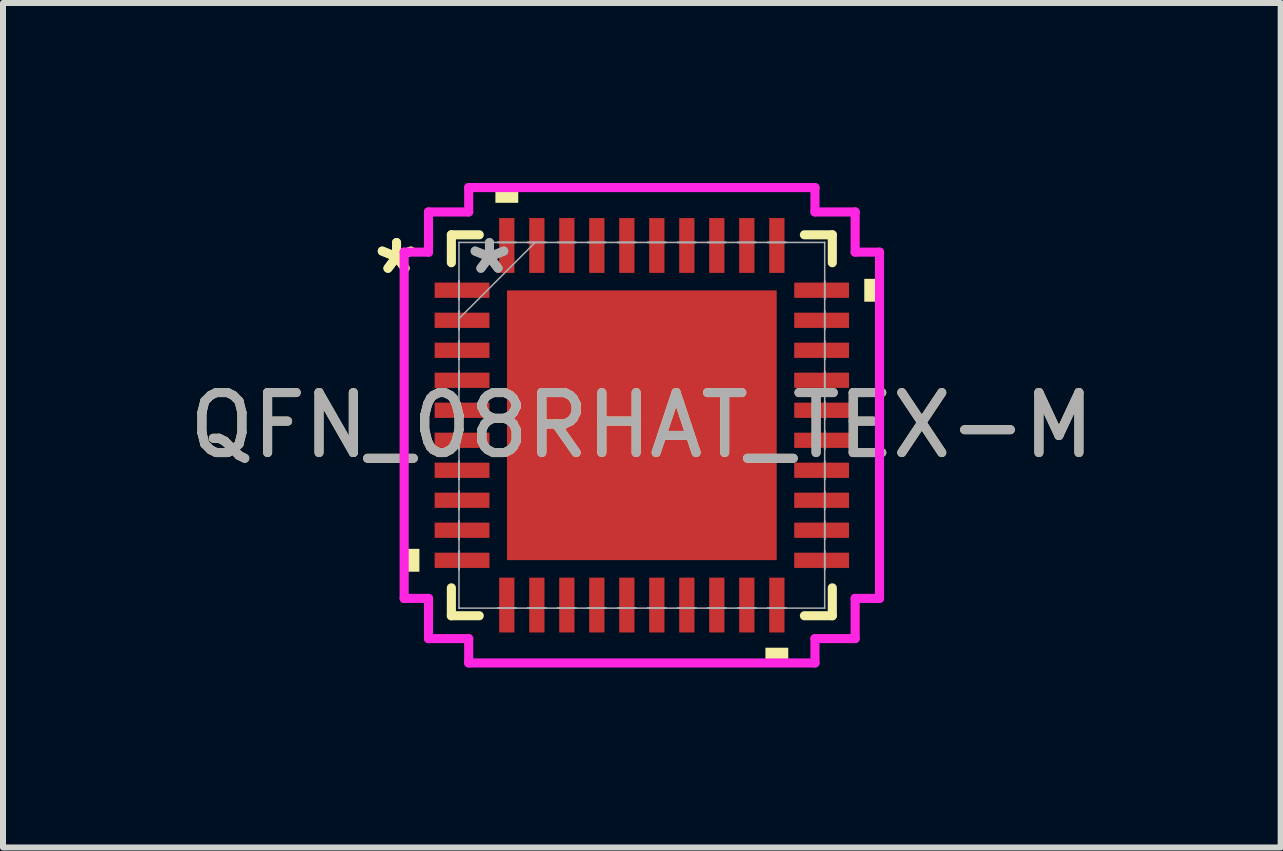
<source format=kicad_pcb>
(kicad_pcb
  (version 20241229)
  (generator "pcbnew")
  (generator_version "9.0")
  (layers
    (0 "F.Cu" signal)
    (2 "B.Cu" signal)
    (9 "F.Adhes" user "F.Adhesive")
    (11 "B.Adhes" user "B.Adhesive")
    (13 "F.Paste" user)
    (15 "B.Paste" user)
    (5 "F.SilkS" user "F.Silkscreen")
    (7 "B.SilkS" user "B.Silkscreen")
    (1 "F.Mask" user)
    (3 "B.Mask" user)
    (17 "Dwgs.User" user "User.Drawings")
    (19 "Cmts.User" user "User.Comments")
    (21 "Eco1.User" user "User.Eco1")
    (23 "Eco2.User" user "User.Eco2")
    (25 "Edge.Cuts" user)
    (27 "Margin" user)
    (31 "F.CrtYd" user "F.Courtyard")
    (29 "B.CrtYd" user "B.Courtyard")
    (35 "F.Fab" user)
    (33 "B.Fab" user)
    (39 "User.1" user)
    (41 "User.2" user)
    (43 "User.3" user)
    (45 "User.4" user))
  (footprint "QFN_08RHAT_TEX-M"
    (layer "F.Cu")
    (at 7.649 4.039)
    (property "Reference" "QFN_08RHAT_TEX-M" (at 0 0 0) (unlocked yes) (layer "F.SilkS") (effects (font (size 1 1) (thickness 0.15))))
    (attr smd)
    (fp_line (start -3.175 -3.175) (end -3.175 -2.71) (stroke (width 0.152) (type solid)) (layer "F.SilkS"))
    (fp_line (start -3.175 2.71) (end -3.175 3.175) (stroke (width 0.152) (type solid)) (layer "F.SilkS"))
    (fp_line (start -3.175 3.175) (end -2.71 3.175) (stroke (width 0.152) (type solid)) (layer "F.SilkS"))
    (fp_line (start -2.71 -3.175) (end -3.175 -3.175) (stroke (width 0.152) (type solid)) (layer "F.SilkS"))
    (fp_line (start 2.71 3.175) (end 3.175 3.175) (stroke (width 0.152) (type solid)) (layer "F.SilkS"))
    (fp_line (start 3.175 -3.175) (end 2.71 -3.175) (stroke (width 0.152) (type solid)) (layer "F.SilkS"))
    (fp_line (start 3.175 -2.71) (end 3.175 -3.175) (stroke (width 0.152) (type solid)) (layer "F.SilkS"))
    (fp_line (start 3.175 3.175) (end 3.175 2.71) (stroke (width 0.152) (type solid)) (layer "F.SilkS"))
    (fp_poly (pts (xy -3.962 2.06) (xy -3.962 2.441) (xy -3.708 2.441) (xy -3.708 2.06)) (stroke (width 0) (type solid)) (fill yes) (layer "F.SilkS"))
    (fp_poly (pts (xy -2.441 -3.708) (xy -2.441 -3.962) (xy -2.06 -3.962) (xy -2.06 -3.708)) (stroke (width 0) (type solid)) (fill yes) (layer "F.SilkS"))
    (fp_poly (pts (xy 2.06 3.708) (xy 2.06 3.962) (xy 2.441 3.962) (xy 2.441 3.708)) (stroke (width 0) (type solid)) (fill yes) (layer "F.SilkS"))
    (fp_poly (pts (xy 3.962 -2.441) (xy 3.962 -2.06) (xy 3.708 -2.06) (xy 3.708 -2.441)) (stroke (width 0) (type solid)) (fill yes) (layer "F.SilkS"))
    (fp_poly (pts (xy -2.148 -2.148) (xy -2.148 -0.849) (xy -0.849 -0.849) (xy -0.849 -2.148)) (stroke (width 0) (type solid)) (fill yes) (layer "F.Paste"))
    (fp_poly (pts (xy -2.148 -0.649) (xy -2.148 0.649) (xy -0.849 0.649) (xy -0.849 -0.649)) (stroke (width 0) (type solid)) (fill yes) (layer "F.Paste"))
    (fp_poly (pts (xy -2.148 0.849) (xy -2.148 2.148) (xy -0.849 2.148) (xy -0.849 0.849)) (stroke (width 0) (type solid)) (fill yes) (layer "F.Paste"))
    (fp_poly (pts (xy -0.649 -2.148) (xy -0.649 -0.849) (xy 0.649 -0.849) (xy 0.649 -2.148)) (stroke (width 0) (type solid)) (fill yes) (layer "F.Paste"))
    (fp_poly (pts (xy -0.649 -0.649) (xy -0.649 0.649) (xy 0.649 0.649) (xy 0.649 -0.649)) (stroke (width 0) (type solid)) (fill yes) (layer "F.Paste"))
    (fp_poly (pts (xy -0.649 0.849) (xy -0.649 2.148) (xy 0.649 2.148) (xy 0.649 0.849)) (stroke (width 0) (type solid)) (fill yes) (layer "F.Paste"))
    (fp_poly (pts (xy 0.849 -2.148) (xy 0.849 -0.849) (xy 2.148 -0.849) (xy 2.148 -2.148)) (stroke (width 0) (type solid)) (fill yes) (layer "F.Paste"))
    (fp_poly (pts (xy 0.849 -0.649) (xy 0.849 0.649) (xy 2.148 0.649) (xy 2.148 -0.649)) (stroke (width 0) (type solid)) (fill yes) (layer "F.Paste"))
    (fp_poly (pts (xy 0.849 0.849) (xy 0.849 2.148) (xy 2.148 2.148) (xy 2.148 0.849)) (stroke (width 0) (type solid)) (fill yes) (layer "F.Paste"))
    (fp_line (start -3.962 -2.886) (end -3.556 -2.886) (stroke (width 0.152) (type solid)) (layer "F.CrtYd"))
    (fp_line (start -3.962 2.886) (end -3.962 -2.886) (stroke (width 0.152) (type solid)) (layer "F.CrtYd"))
    (fp_line (start -3.556 -3.556) (end -2.886 -3.556) (stroke (width 0.152) (type solid)) (layer "F.CrtYd"))
    (fp_line (start -3.556 -2.886) (end -3.556 -3.556) (stroke (width 0.152) (type solid)) (layer "F.CrtYd"))
    (fp_line (start -3.556 2.886) (end -3.962 2.886) (stroke (width 0.152) (type solid)) (layer "F.CrtYd"))
    (fp_line (start -3.556 3.556) (end -3.556 2.886) (stroke (width 0.152) (type solid)) (layer "F.CrtYd"))
    (fp_line (start -2.886 -3.962) (end 2.886 -3.962) (stroke (width 0.152) (type solid)) (layer "F.CrtYd"))
    (fp_line (start -2.886 -3.556) (end -2.886 -3.962) (stroke (width 0.152) (type solid)) (layer "F.CrtYd"))
    (fp_line (start -2.886 3.556) (end -3.556 3.556) (stroke (width 0.152) (type solid)) (layer "F.CrtYd"))
    (fp_line (start -2.886 3.962) (end -2.886 3.556) (stroke (width 0.152) (type solid)) (layer "F.CrtYd"))
    (fp_line (start 2.886 -3.962) (end 2.886 -3.556) (stroke (width 0.152) (type solid)) (layer "F.CrtYd"))
    (fp_line (start 2.886 -3.556) (end 3.556 -3.556) (stroke (width 0.152) (type solid)) (layer "F.CrtYd"))
    (fp_line (start 2.886 3.556) (end 2.886 3.962) (stroke (width 0.152) (type solid)) (layer "F.CrtYd"))
    (fp_line (start 2.886 3.962) (end -2.886 3.962) (stroke (width 0.152) (type solid)) (layer "F.CrtYd"))
    (fp_line (start 3.556 -3.556) (end 3.556 -2.886) (stroke (width 0.152) (type solid)) (layer "F.CrtYd"))
    (fp_line (start 3.556 -2.886) (end 3.962 -2.886) (stroke (width 0.152) (type solid)) (layer "F.CrtYd"))
    (fp_line (start 3.556 2.886) (end 3.556 3.556) (stroke (width 0.152) (type solid)) (layer "F.CrtYd"))
    (fp_line (start 3.556 3.556) (end 2.886 3.556) (stroke (width 0.152) (type solid)) (layer "F.CrtYd"))
    (fp_line (start 3.962 -2.886) (end 3.962 2.886) (stroke (width 0.152) (type solid)) (layer "F.CrtYd"))
    (fp_line (start 3.962 2.886) (end 3.556 2.886) (stroke (width 0.152) (type solid)) (layer "F.CrtYd"))
    (fp_line (start -3.048 -3.048) (end -3.048 -3.048) (stroke (width 0.025) (type solid)) (layer "F.Fab"))
    (fp_line (start -3.048 -3.048) (end -3.048 3.048) (stroke (width 0.025) (type solid)) (layer "F.Fab"))
    (fp_line (start -3.048 -2.403) (end -3.048 -2.403) (stroke (width 0.025) (type solid)) (layer "F.Fab"))
    (fp_line (start -3.048 -2.403) (end -3.048 -2.098) (stroke (width 0.025) (type solid)) (layer "F.Fab"))
    (fp_line (start -3.048 -2.098) (end -3.048 -2.403) (stroke (width 0.025) (type solid)) (layer "F.Fab"))
    (fp_line (start -3.048 -2.098) (end -3.048 -2.098) (stroke (width 0.025) (type solid)) (layer "F.Fab"))
    (fp_line (start -3.048 -1.903) (end -3.048 -1.903) (stroke (width 0.025) (type solid)) (layer "F.Fab"))
    (fp_line (start -3.048 -1.903) (end -3.048 -1.598) (stroke (width 0.025) (type solid)) (layer "F.Fab"))
    (fp_line (start -3.048 -1.778) (end -1.778 -3.048) (stroke (width 0.025) (type solid)) (layer "F.Fab"))
    (fp_line (start -3.048 -1.598) (end -3.048 -1.903) (stroke (width 0.025) (type solid)) (layer "F.Fab"))
    (fp_line (start -3.048 -1.598) (end -3.048 -1.598) (stroke (width 0.025) (type solid)) (layer "F.Fab"))
    (fp_line (start -3.048 -1.403) (end -3.048 -1.403) (stroke (width 0.025) (type solid)) (layer "F.Fab"))
    (fp_line (start -3.048 -1.403) (end -3.048 -1.098) (stroke (width 0.025) (type solid)) (layer "F.Fab"))
    (fp_line (start -3.048 -1.098) (end -3.048 -1.403) (stroke (width 0.025) (type solid)) (layer "F.Fab"))
    (fp_line (start -3.048 -1.098) (end -3.048 -1.098) (stroke (width 0.025) (type solid)) (layer "F.Fab"))
    (fp_line (start -3.048 -0.903) (end -3.048 -0.903) (stroke (width 0.025) (type solid)) (layer "F.Fab"))
    (fp_line (start -3.048 -0.903) (end -3.048 -0.598) (stroke (width 0.025) (type solid)) (layer "F.Fab"))
    (fp_line (start -3.048 -0.598) (end -3.048 -0.903) (stroke (width 0.025) (type solid)) (layer "F.Fab"))
    (fp_line (start -3.048 -0.598) (end -3.048 -0.598) (stroke (width 0.025) (type solid)) (layer "F.Fab"))
    (fp_line (start -3.048 -0.402) (end -3.048 -0.402) (stroke (width 0.025) (type solid)) (layer "F.Fab"))
    (fp_line (start -3.048 -0.402) (end -3.048 -0.098) (stroke (width 0.025) (type solid)) (layer "F.Fab"))
    (fp_line (start -3.048 -0.098) (end -3.048 -0.402) (stroke (width 0.025) (type solid)) (layer "F.Fab"))
    (fp_line (start -3.048 -0.098) (end -3.048 -0.098) (stroke (width 0.025) (type solid)) (layer "F.Fab"))
    (fp_line (start -3.048 0.098) (end -3.048 0.098) (stroke (width 0.025) (type solid)) (layer "F.Fab"))
    (fp_line (start -3.048 0.098) (end -3.048 0.402) (stroke (width 0.025) (type solid)) (layer "F.Fab"))
    (fp_line (start -3.048 0.402) (end -3.048 0.098) (stroke (width 0.025) (type solid)) (layer "F.Fab"))
    (fp_line (start -3.048 0.402) (end -3.048 0.402) (stroke (width 0.025) (type solid)) (layer "F.Fab"))
    (fp_line (start -3.048 0.598) (end -3.048 0.598) (stroke (width 0.025) (type solid)) (layer "F.Fab"))
    (fp_line (start -3.048 0.598) (end -3.048 0.903) (stroke (width 0.025) (type solid)) (layer "F.Fab"))
    (fp_line (start -3.048 0.903) (end -3.048 0.598) (stroke (width 0.025) (type solid)) (layer "F.Fab"))
    (fp_line (start -3.048 0.903) (end -3.048 0.903) (stroke (width 0.025) (type solid)) (layer "F.Fab"))
    (fp_line (start -3.048 1.098) (end -3.048 1.098) (stroke (width 0.025) (type solid)) (layer "F.Fab"))
    (fp_line (start -3.048 1.098) (end -3.048 1.403) (stroke (width 0.025) (type solid)) (layer "F.Fab"))
    (fp_line (start -3.048 1.403) (end -3.048 1.098) (stroke (width 0.025) (type solid)) (layer "F.Fab"))
    (fp_line (start -3.048 1.403) (end -3.048 1.403) (stroke (width 0.025) (type solid)) (layer "F.Fab"))
    (fp_line (start -3.048 1.598) (end -3.048 1.598) (stroke (width 0.025) (type solid)) (layer "F.Fab"))
    (fp_line (start -3.048 1.598) (end -3.048 1.903) (stroke (width 0.025) (type solid)) (layer "F.Fab"))
    (fp_line (start -3.048 1.903) (end -3.048 1.598) (stroke (width 0.025) (type solid)) (layer "F.Fab"))
    (fp_line (start -3.048 1.903) (end -3.048 1.903) (stroke (width 0.025) (type solid)) (layer "F.Fab"))
    (fp_line (start -3.048 2.098) (end -3.048 2.098) (stroke (width 0.025) (type solid)) (layer "F.Fab"))
    (fp_line (start -3.048 2.098) (end -3.048 2.403) (stroke (width 0.025) (type solid)) (layer "F.Fab"))
    (fp_line (start -3.048 2.403) (end -3.048 2.098) (stroke (width 0.025) (type solid)) (layer "F.Fab"))
    (fp_line (start -3.048 2.403) (end -3.048 2.403) (stroke (width 0.025) (type solid)) (layer "F.Fab"))
    (fp_line (start -3.048 3.048) (end -3.048 3.048) (stroke (width 0.025) (type solid)) (layer "F.Fab"))
    (fp_line (start -3.048 3.048) (end 3.048 3.048) (stroke (width 0.025) (type solid)) (layer "F.Fab"))
    (fp_line (start -2.403 -3.048) (end -2.403 -3.048) (stroke (width 0.025) (type solid)) (layer "F.Fab"))
    (fp_line (start -2.403 -3.048) (end -2.098 -3.048) (stroke (width 0.025) (type solid)) (layer "F.Fab"))
    (fp_line (start -2.403 3.048) (end -2.403 3.048) (stroke (width 0.025) (type solid)) (layer "F.Fab"))
    (fp_line (start -2.403 3.048) (end -2.098 3.048) (stroke (width 0.025) (type solid)) (layer "F.Fab"))
    (fp_line (start -2.098 -3.048) (end -2.403 -3.048) (stroke (width 0.025) (type solid)) (layer "F.Fab"))
    (fp_line (start -2.098 -3.048) (end -2.098 -3.048) (stroke (width 0.025) (type solid)) (layer "F.Fab"))
    (fp_line (start -2.098 3.048) (end -2.403 3.048) (stroke (width 0.025) (type solid)) (layer "F.Fab"))
    (fp_line (start -2.098 3.048) (end -2.098 3.048) (stroke (width 0.025) (type solid)) (layer "F.Fab"))
    (fp_line (start -1.903 -3.048) (end -1.903 -3.048) (stroke (width 0.025) (type solid)) (layer "F.Fab"))
    (fp_line (start -1.903 -3.048) (end -1.598 -3.048) (stroke (width 0.025) (type solid)) (layer "F.Fab"))
    (fp_line (start -1.903 3.048) (end -1.903 3.048) (stroke (width 0.025) (type solid)) (layer "F.Fab"))
    (fp_line (start -1.903 3.048) (end -1.598 3.048) (stroke (width 0.025) (type solid)) (layer "F.Fab"))
    (fp_line (start -1.598 -3.048) (end -1.903 -3.048) (stroke (width 0.025) (type solid)) (layer "F.Fab"))
    (fp_line (start -1.598 -3.048) (end -1.598 -3.048) (stroke (width 0.025) (type solid)) (layer "F.Fab"))
    (fp_line (start -1.598 3.048) (end -1.903 3.048) (stroke (width 0.025) (type solid)) (layer "F.Fab"))
    (fp_line (start -1.598 3.048) (end -1.598 3.048) (stroke (width 0.025) (type solid)) (layer "F.Fab"))
    (fp_line (start -1.403 -3.048) (end -1.403 -3.048) (stroke (width 0.025) (type solid)) (layer "F.Fab"))
    (fp_line (start -1.403 -3.048) (end -1.098 -3.048) (stroke (width 0.025) (type solid)) (layer "F.Fab"))
    (fp_line (start -1.403 3.048) (end -1.403 3.048) (stroke (width 0.025) (type solid)) (layer "F.Fab"))
    (fp_line (start -1.403 3.048) (end -1.098 3.048) (stroke (width 0.025) (type solid)) (layer "F.Fab"))
    (fp_line (start -1.098 -3.048) (end -1.403 -3.048) (stroke (width 0.025) (type solid)) (layer "F.Fab"))
    (fp_line (start -1.098 -3.048) (end -1.098 -3.048) (stroke (width 0.025) (type solid)) (layer "F.Fab"))
    (fp_line (start -1.098 3.048) (end -1.403 3.048) (stroke (width 0.025) (type solid)) (layer "F.Fab"))
    (fp_line (start -1.098 3.048) (end -1.098 3.048) (stroke (width 0.025) (type solid)) (layer "F.Fab"))
    (fp_line (start -0.903 -3.048) (end -0.903 -3.048) (stroke (width 0.025) (type solid)) (layer "F.Fab"))
    (fp_line (start -0.903 -3.048) (end -0.598 -3.048) (stroke (width 0.025) (type solid)) (layer "F.Fab"))
    (fp_line (start -0.903 3.048) (end -0.903 3.048) (stroke (width 0.025) (type solid)) (layer "F.Fab"))
    (fp_line (start -0.903 3.048) (end -0.598 3.048) (stroke (width 0.025) (type solid)) (layer "F.Fab"))
    (fp_line (start -0.598 -3.048) (end -0.903 -3.048) (stroke (width 0.025) (type solid)) (layer "F.Fab"))
    (fp_line (start -0.598 -3.048) (end -0.598 -3.048) (stroke (width 0.025) (type solid)) (layer "F.Fab"))
    (fp_line (start -0.598 3.048) (end -0.903 3.048) (stroke (width 0.025) (type solid)) (layer "F.Fab"))
    (fp_line (start -0.598 3.048) (end -0.598 3.048) (stroke (width 0.025) (type solid)) (layer "F.Fab"))
    (fp_line (start -0.402 -3.048) (end -0.402 -3.048) (stroke (width 0.025) (type solid)) (layer "F.Fab"))
    (fp_line (start -0.402 -3.048) (end -0.098 -3.048) (stroke (width 0.025) (type solid)) (layer "F.Fab"))
    (fp_line (start -0.402 3.048) (end -0.402 3.048) (stroke (width 0.025) (type solid)) (layer "F.Fab"))
    (fp_line (start -0.402 3.048) (end -0.098 3.048) (stroke (width 0.025) (type solid)) (layer "F.Fab"))
    (fp_line (start -0.098 -3.048) (end -0.402 -3.048) (stroke (width 0.025) (type solid)) (layer "F.Fab"))
    (fp_line (start -0.098 -3.048) (end -0.098 -3.048) (stroke (width 0.025) (type solid)) (layer "F.Fab"))
    (fp_line (start -0.098 3.048) (end -0.402 3.048) (stroke (width 0.025) (type solid)) (layer "F.Fab"))
    (fp_line (start -0.098 3.048) (end -0.098 3.048) (stroke (width 0.025) (type solid)) (layer "F.Fab"))
    (fp_line (start 0.098 -3.048) (end 0.098 -3.048) (stroke (width 0.025) (type solid)) (layer "F.Fab"))
    (fp_line (start 0.098 -3.048) (end 0.402 -3.048) (stroke (width 0.025) (type solid)) (layer "F.Fab"))
    (fp_line (start 0.098 3.048) (end 0.098 3.048) (stroke (width 0.025) (type solid)) (layer "F.Fab"))
    (fp_line (start 0.098 3.048) (end 0.402 3.048) (stroke (width 0.025) (type solid)) (layer "F.Fab"))
    (fp_line (start 0.402 -3.048) (end 0.098 -3.048) (stroke (width 0.025) (type solid)) (layer "F.Fab"))
    (fp_line (start 0.402 -3.048) (end 0.402 -3.048) (stroke (width 0.025) (type solid)) (layer "F.Fab"))
    (fp_line (start 0.402 3.048) (end 0.098 3.048) (stroke (width 0.025) (type solid)) (layer "F.Fab"))
    (fp_line (start 0.402 3.048) (end 0.402 3.048) (stroke (width 0.025) (type solid)) (layer "F.Fab"))
    (fp_line (start 0.598 -3.048) (end 0.598 -3.048) (stroke (width 0.025) (type solid)) (layer "F.Fab"))
    (fp_line (start 0.598 -3.048) (end 0.903 -3.048) (stroke (width 0.025) (type solid)) (layer "F.Fab"))
    (fp_line (start 0.598 3.048) (end 0.598 3.048) (stroke (width 0.025) (type solid)) (layer "F.Fab"))
    (fp_line (start 0.598 3.048) (end 0.903 3.048) (stroke (width 0.025) (type solid)) (layer "F.Fab"))
    (fp_line (start 0.903 -3.048) (end 0.598 -3.048) (stroke (width 0.025) (type solid)) (layer "F.Fab"))
    (fp_line (start 0.903 -3.048) (end 0.903 -3.048) (stroke (width 0.025) (type solid)) (layer "F.Fab"))
    (fp_line (start 0.903 3.048) (end 0.598 3.048) (stroke (width 0.025) (type solid)) (layer "F.Fab"))
    (fp_line (start 0.903 3.048) (end 0.903 3.048) (stroke (width 0.025) (type solid)) (layer "F.Fab"))
    (fp_line (start 1.098 -3.048) (end 1.098 -3.048) (stroke (width 0.025) (type solid)) (layer "F.Fab"))
    (fp_line (start 1.098 -3.048) (end 1.403 -3.048) (stroke (width 0.025) (type solid)) (layer "F.Fab"))
    (fp_line (start 1.098 3.048) (end 1.098 3.048) (stroke (width 0.025) (type solid)) (layer "F.Fab"))
    (fp_line (start 1.098 3.048) (end 1.403 3.048) (stroke (width 0.025) (type solid)) (layer "F.Fab"))
    (fp_line (start 1.403 -3.048) (end 1.098 -3.048) (stroke (width 0.025) (type solid)) (layer "F.Fab"))
    (fp_line (start 1.403 -3.048) (end 1.403 -3.048) (stroke (width 0.025) (type solid)) (layer "F.Fab"))
    (fp_line (start 1.403 3.048) (end 1.098 3.048) (stroke (width 0.025) (type solid)) (layer "F.Fab"))
    (fp_line (start 1.403 3.048) (end 1.403 3.048) (stroke (width 0.025) (type solid)) (layer "F.Fab"))
    (fp_line (start 1.598 -3.048) (end 1.598 -3.048) (stroke (width 0.025) (type solid)) (layer "F.Fab"))
    (fp_line (start 1.598 -3.048) (end 1.903 -3.048) (stroke (width 0.025) (type solid)) (layer "F.Fab"))
    (fp_line (start 1.598 3.048) (end 1.598 3.048) (stroke (width 0.025) (type solid)) (layer "F.Fab"))
    (fp_line (start 1.598 3.048) (end 1.903 3.048) (stroke (width 0.025) (type solid)) (layer "F.Fab"))
    (fp_line (start 1.903 -3.048) (end 1.598 -3.048) (stroke (width 0.025) (type solid)) (layer "F.Fab"))
    (fp_line (start 1.903 -3.048) (end 1.903 -3.048) (stroke (width 0.025) (type solid)) (layer "F.Fab"))
    (fp_line (start 1.903 3.048) (end 1.598 3.048) (stroke (width 0.025) (type solid)) (layer "F.Fab"))
    (fp_line (start 1.903 3.048) (end 1.903 3.048) (stroke (width 0.025) (type solid)) (layer "F.Fab"))
    (fp_line (start 2.098 -3.048) (end 2.098 -3.048) (stroke (width 0.025) (type solid)) (layer "F.Fab"))
    (fp_line (start 2.098 -3.048) (end 2.403 -3.048) (stroke (width 0.025) (type solid)) (layer "F.Fab"))
    (fp_line (start 2.098 3.048) (end 2.098 3.048) (stroke (width 0.025) (type solid)) (layer "F.Fab"))
    (fp_line (start 2.098 3.048) (end 2.403 3.048) (stroke (width 0.025) (type solid)) (layer "F.Fab"))
    (fp_line (start 2.403 -3.048) (end 2.098 -3.048) (stroke (width 0.025) (type solid)) (layer "F.Fab"))
    (fp_line (start 2.403 -3.048) (end 2.403 -3.048) (stroke (width 0.025) (type solid)) (layer "F.Fab"))
    (fp_line (start 2.403 3.048) (end 2.098 3.048) (stroke (width 0.025) (type solid)) (layer "F.Fab"))
    (fp_line (start 2.403 3.048) (end 2.403 3.048) (stroke (width 0.025) (type solid)) (layer "F.Fab"))
    (fp_line (start 3.048 -3.048) (end -3.048 -3.048) (stroke (width 0.025) (type solid)) (layer "F.Fab"))
    (fp_line (start 3.048 -3.048) (end 3.048 -3.048) (stroke (width 0.025) (type solid)) (layer "F.Fab"))
    (fp_line (start 3.048 -2.403) (end 3.048 -2.403) (stroke (width 0.025) (type solid)) (layer "F.Fab"))
    (fp_line (start 3.048 -2.403) (end 3.048 -2.098) (stroke (width 0.025) (type solid)) (layer "F.Fab"))
    (fp_line (start 3.048 -2.098) (end 3.048 -2.403) (stroke (width 0.025) (type solid)) (layer "F.Fab"))
    (fp_line (start 3.048 -2.098) (end 3.048 -2.098) (stroke (width 0.025) (type solid)) (layer "F.Fab"))
    (fp_line (start 3.048 -1.903) (end 3.048 -1.903) (stroke (width 0.025) (type solid)) (layer "F.Fab"))
    (fp_line (start 3.048 -1.903) (end 3.048 -1.598) (stroke (width 0.025) (type solid)) (layer "F.Fab"))
    (fp_line (start 3.048 -1.598) (end 3.048 -1.903) (stroke (width 0.025) (type solid)) (layer "F.Fab"))
    (fp_line (start 3.048 -1.598) (end 3.048 -1.598) (stroke (width 0.025) (type solid)) (layer "F.Fab"))
    (fp_line (start 3.048 -1.403) (end 3.048 -1.403) (stroke (width 0.025) (type solid)) (layer "F.Fab"))
    (fp_line (start 3.048 -1.403) (end 3.048 -1.098) (stroke (width 0.025) (type solid)) (layer "F.Fab"))
    (fp_line (start 3.048 -1.098) (end 3.048 -1.403) (stroke (width 0.025) (type solid)) (layer "F.Fab"))
    (fp_line (start 3.048 -1.098) (end 3.048 -1.098) (stroke (width 0.025) (type solid)) (layer "F.Fab"))
    (fp_line (start 3.048 -0.903) (end 3.048 -0.903) (stroke (width 0.025) (type solid)) (layer "F.Fab"))
    (fp_line (start 3.048 -0.903) (end 3.048 -0.598) (stroke (width 0.025) (type solid)) (layer "F.Fab"))
    (fp_line (start 3.048 -0.598) (end 3.048 -0.903) (stroke (width 0.025) (type solid)) (layer "F.Fab"))
    (fp_line (start 3.048 -0.598) (end 3.048 -0.598) (stroke (width 0.025) (type solid)) (layer "F.Fab"))
    (fp_line (start 3.048 -0.402) (end 3.048 -0.402) (stroke (width 0.025) (type solid)) (layer "F.Fab"))
    (fp_line (start 3.048 -0.402) (end 3.048 -0.098) (stroke (width 0.025) (type solid)) (layer "F.Fab"))
    (fp_line (start 3.048 -0.098) (end 3.048 -0.402) (stroke (width 0.025) (type solid)) (layer "F.Fab"))
    (fp_line (start 3.048 -0.098) (end 3.048 -0.098) (stroke (width 0.025) (type solid)) (layer "F.Fab"))
    (fp_line (start 3.048 0.098) (end 3.048 0.098) (stroke (width 0.025) (type solid)) (layer "F.Fab"))
    (fp_line (start 3.048 0.098) (end 3.048 0.402) (stroke (width 0.025) (type solid)) (layer "F.Fab"))
    (fp_line (start 3.048 0.402) (end 3.048 0.098) (stroke (width 0.025) (type solid)) (layer "F.Fab"))
    (fp_line (start 3.048 0.402) (end 3.048 0.402) (stroke (width 0.025) (type solid)) (layer "F.Fab"))
    (fp_line (start 3.048 0.598) (end 3.048 0.598) (stroke (width 0.025) (type solid)) (layer "F.Fab"))
    (fp_line (start 3.048 0.598) (end 3.048 0.903) (stroke (width 0.025) (type solid)) (layer "F.Fab"))
    (fp_line (start 3.048 0.903) (end 3.048 0.598) (stroke (width 0.025) (type solid)) (layer "F.Fab"))
    (fp_line (start 3.048 0.903) (end 3.048 0.903) (stroke (width 0.025) (type solid)) (layer "F.Fab"))
    (fp_line (start 3.048 1.098) (end 3.048 1.098) (stroke (width 0.025) (type solid)) (layer "F.Fab"))
    (fp_line (start 3.048 1.098) (end 3.048 1.403) (stroke (width 0.025) (type solid)) (layer "F.Fab"))
    (fp_line (start 3.048 1.403) (end 3.048 1.098) (stroke (width 0.025) (type solid)) (layer "F.Fab"))
    (fp_line (start 3.048 1.403) (end 3.048 1.403) (stroke (width 0.025) (type solid)) (layer "F.Fab"))
    (fp_line (start 3.048 1.598) (end 3.048 1.598) (stroke (width 0.025) (type solid)) (layer "F.Fab"))
    (fp_line (start 3.048 1.598) (end 3.048 1.903) (stroke (width 0.025) (type solid)) (layer "F.Fab"))
    (fp_line (start 3.048 1.903) (end 3.048 1.598) (stroke (width 0.025) (type solid)) (layer "F.Fab"))
    (fp_line (start 3.048 1.903) (end 3.048 1.903) (stroke (width 0.025) (type solid)) (layer "F.Fab"))
    (fp_line (start 3.048 2.098) (end 3.048 2.098) (stroke (width 0.025) (type solid)) (layer "F.Fab"))
    (fp_line (start 3.048 2.098) (end 3.048 2.403) (stroke (width 0.025) (type solid)) (layer "F.Fab"))
    (fp_line (start 3.048 2.403) (end 3.048 2.098) (stroke (width 0.025) (type solid)) (layer "F.Fab"))
    (fp_line (start 3.048 2.403) (end 3.048 2.403) (stroke (width 0.025) (type solid)) (layer "F.Fab"))
    (fp_line (start 3.048 3.048) (end 3.048 -3.048) (stroke (width 0.025) (type solid)) (layer "F.Fab"))
    (fp_line (start 3.048 3.048) (end 3.048 3.048) (stroke (width 0.025) (type solid)) (layer "F.Fab"))
    (fp_text user "*" (at -4.089 -2.501 0) (unlocked yes) (layer "F.SilkS") (effects (font (size 1 1) (thickness 0.15))))
    (fp_text user "*" (at -4.089 -2.501 0) (layer "F.SilkS") (effects (font (size 1 1) (thickness 0.15))))
    (fp_text user "${REFERENCE}" (at 0 0 0) (unlocked yes) (layer "F.Fab") (effects (font (size 1 1) (thickness 0.15))))
    (fp_text user "*" (at -2.54 -2.501 0) (unlocked yes) (layer "F.Fab") (effects (font (size 1 1) (thickness 0.15))))
    (fp_text user "*" (at -2.54 -2.501 0) (layer "F.Fab") (effects (font (size 1 1) (thickness 0.15))))
    (pad "1" smd rect (at -2.997 -2.251 90) (size 0.254 0.914) (layers "F.Cu" "F.Mask" "F.Paste"))
    (pad "2" smd rect (at -2.997 -1.75 90) (size 0.254 0.914) (layers "F.Cu" "F.Mask" "F.Paste"))
    (pad "3" smd rect (at -2.997 -1.25 90) (size 0.254 0.914) (layers "F.Cu" "F.Mask" "F.Paste"))
    (pad "4" smd rect (at -2.997 -0.75 90) (size 0.254 0.914) (layers "F.Cu" "F.Mask" "F.Paste"))
    (pad "5" smd rect (at -2.997 -0.25 90) (size 0.254 0.914) (layers "F.Cu" "F.Mask" "F.Paste"))
    (pad "6" smd rect (at -2.997 0.25 90) (size 0.254 0.914) (layers "F.Cu" "F.Mask" "F.Paste"))
    (pad "7" smd rect (at -2.997 0.75 90) (size 0.254 0.914) (layers "F.Cu" "F.Mask" "F.Paste"))
    (pad "8" smd rect (at -2.997 1.25 90) (size 0.254 0.914) (layers "F.Cu" "F.Mask" "F.Paste"))
    (pad "9" smd rect (at -2.997 1.75 90) (size 0.254 0.914) (layers "F.Cu" "F.Mask" "F.Paste"))
    (pad "10" smd rect (at -2.997 2.251 90) (size 0.254 0.914) (layers "F.Cu" "F.Mask" "F.Paste"))
    (pad "11" smd rect (at -2.251 2.997) (size 0.254 0.914) (layers "F.Cu" "F.Mask" "F.Paste"))
    (pad "12" smd rect (at -1.75 2.997) (size 0.254 0.914) (layers "F.Cu" "F.Mask" "F.Paste"))
    (pad "13" smd rect (at -1.25 2.997) (size 0.254 0.914) (layers "F.Cu" "F.Mask" "F.Paste"))
    (pad "14" smd rect (at -0.75 2.997) (size 0.254 0.914) (layers "F.Cu" "F.Mask" "F.Paste"))
    (pad "15" smd rect (at -0.25 2.997) (size 0.254 0.914) (layers "F.Cu" "F.Mask" "F.Paste"))
    (pad "16" smd rect (at 0.25 2.997) (size 0.254 0.914) (layers "F.Cu" "F.Mask" "F.Paste"))
    (pad "17" smd rect (at 0.75 2.997) (size 0.254 0.914) (layers "F.Cu" "F.Mask" "F.Paste"))
    (pad "18" smd rect (at 1.25 2.997) (size 0.254 0.914) (layers "F.Cu" "F.Mask" "F.Paste"))
    (pad "19" smd rect (at 1.75 2.997) (size 0.254 0.914) (layers "F.Cu" "F.Mask" "F.Paste"))
    (pad "20" smd rect (at 2.251 2.997) (size 0.254 0.914) (layers "F.Cu" "F.Mask" "F.Paste"))
    (pad "21" smd rect (at 2.997 2.251 90) (size 0.254 0.914) (layers "F.Cu" "F.Mask" "F.Paste"))
    (pad "22" smd rect (at 2.997 1.75 90) (size 0.254 0.914) (layers "F.Cu" "F.Mask" "F.Paste"))
    (pad "23" smd rect (at 2.997 1.25 90) (size 0.254 0.914) (layers "F.Cu" "F.Mask" "F.Paste"))
    (pad "24" smd rect (at 2.997 0.75 90) (size 0.254 0.914) (layers "F.Cu" "F.Mask" "F.Paste"))
    (pad "25" smd rect (at 2.997 0.25 90) (size 0.254 0.914) (layers "F.Cu" "F.Mask" "F.Paste"))
    (pad "26" smd rect (at 2.997 -0.25 90) (size 0.254 0.914) (layers "F.Cu" "F.Mask" "F.Paste"))
    (pad "27" smd rect (at 2.997 -0.75 90) (size 0.254 0.914) (layers "F.Cu" "F.Mask" "F.Paste"))
    (pad "28" smd rect (at 2.997 -1.25 90) (size 0.254 0.914) (layers "F.Cu" "F.Mask" "F.Paste"))
    (pad "29" smd rect (at 2.997 -1.75 90) (size 0.254 0.914) (layers "F.Cu" "F.Mask" "F.Paste"))
    (pad "30" smd rect (at 2.997 -2.251 90) (size 0.254 0.914) (layers "F.Cu" "F.Mask" "F.Paste"))
    (pad "31" smd rect (at 2.251 -2.997) (size 0.254 0.914) (layers "F.Cu" "F.Mask" "F.Paste"))
    (pad "32" smd rect (at 1.75 -2.997) (size 0.254 0.914) (layers "F.Cu" "F.Mask" "F.Paste"))
    (pad "33" smd rect (at 1.25 -2.997) (size 0.254 0.914) (layers "F.Cu" "F.Mask" "F.Paste"))
    (pad "34" smd rect (at 0.75 -2.997) (size 0.254 0.914) (layers "F.Cu" "F.Mask" "F.Paste"))
    (pad "35" smd rect (at 0.25 -2.997) (size 0.254 0.914) (layers "F.Cu" "F.Mask" "F.Paste"))
    (pad "36" smd rect (at -0.25 -2.997) (size 0.254 0.914) (layers "F.Cu" "F.Mask" "F.Paste"))
    (pad "37" smd rect (at -0.75 -2.997) (size 0.254 0.914) (layers "F.Cu" "F.Mask" "F.Paste"))
    (pad "38" smd rect (at -1.25 -2.997) (size 0.254 0.914) (layers "F.Cu" "F.Mask" "F.Paste"))
    (pad "39" smd rect (at -1.75 -2.997) (size 0.254 0.914) (layers "F.Cu" "F.Mask" "F.Paste"))
    (pad "40" smd rect (at -2.251 -2.997) (size 0.254 0.914) (layers "F.Cu" "F.Mask" "F.Paste"))
    (pad "41" smd rect (at 0 0) (size 4.496 4.496) (layers "F.Cu" "F.Mask" "F.Paste")))
  (gr_rect
    (start -3 -3)
    (end 18.298 11.077)
    (stroke (width 0.1) (type default))
    (fill no)
    (layer "Edge.Cuts")))
</source>
